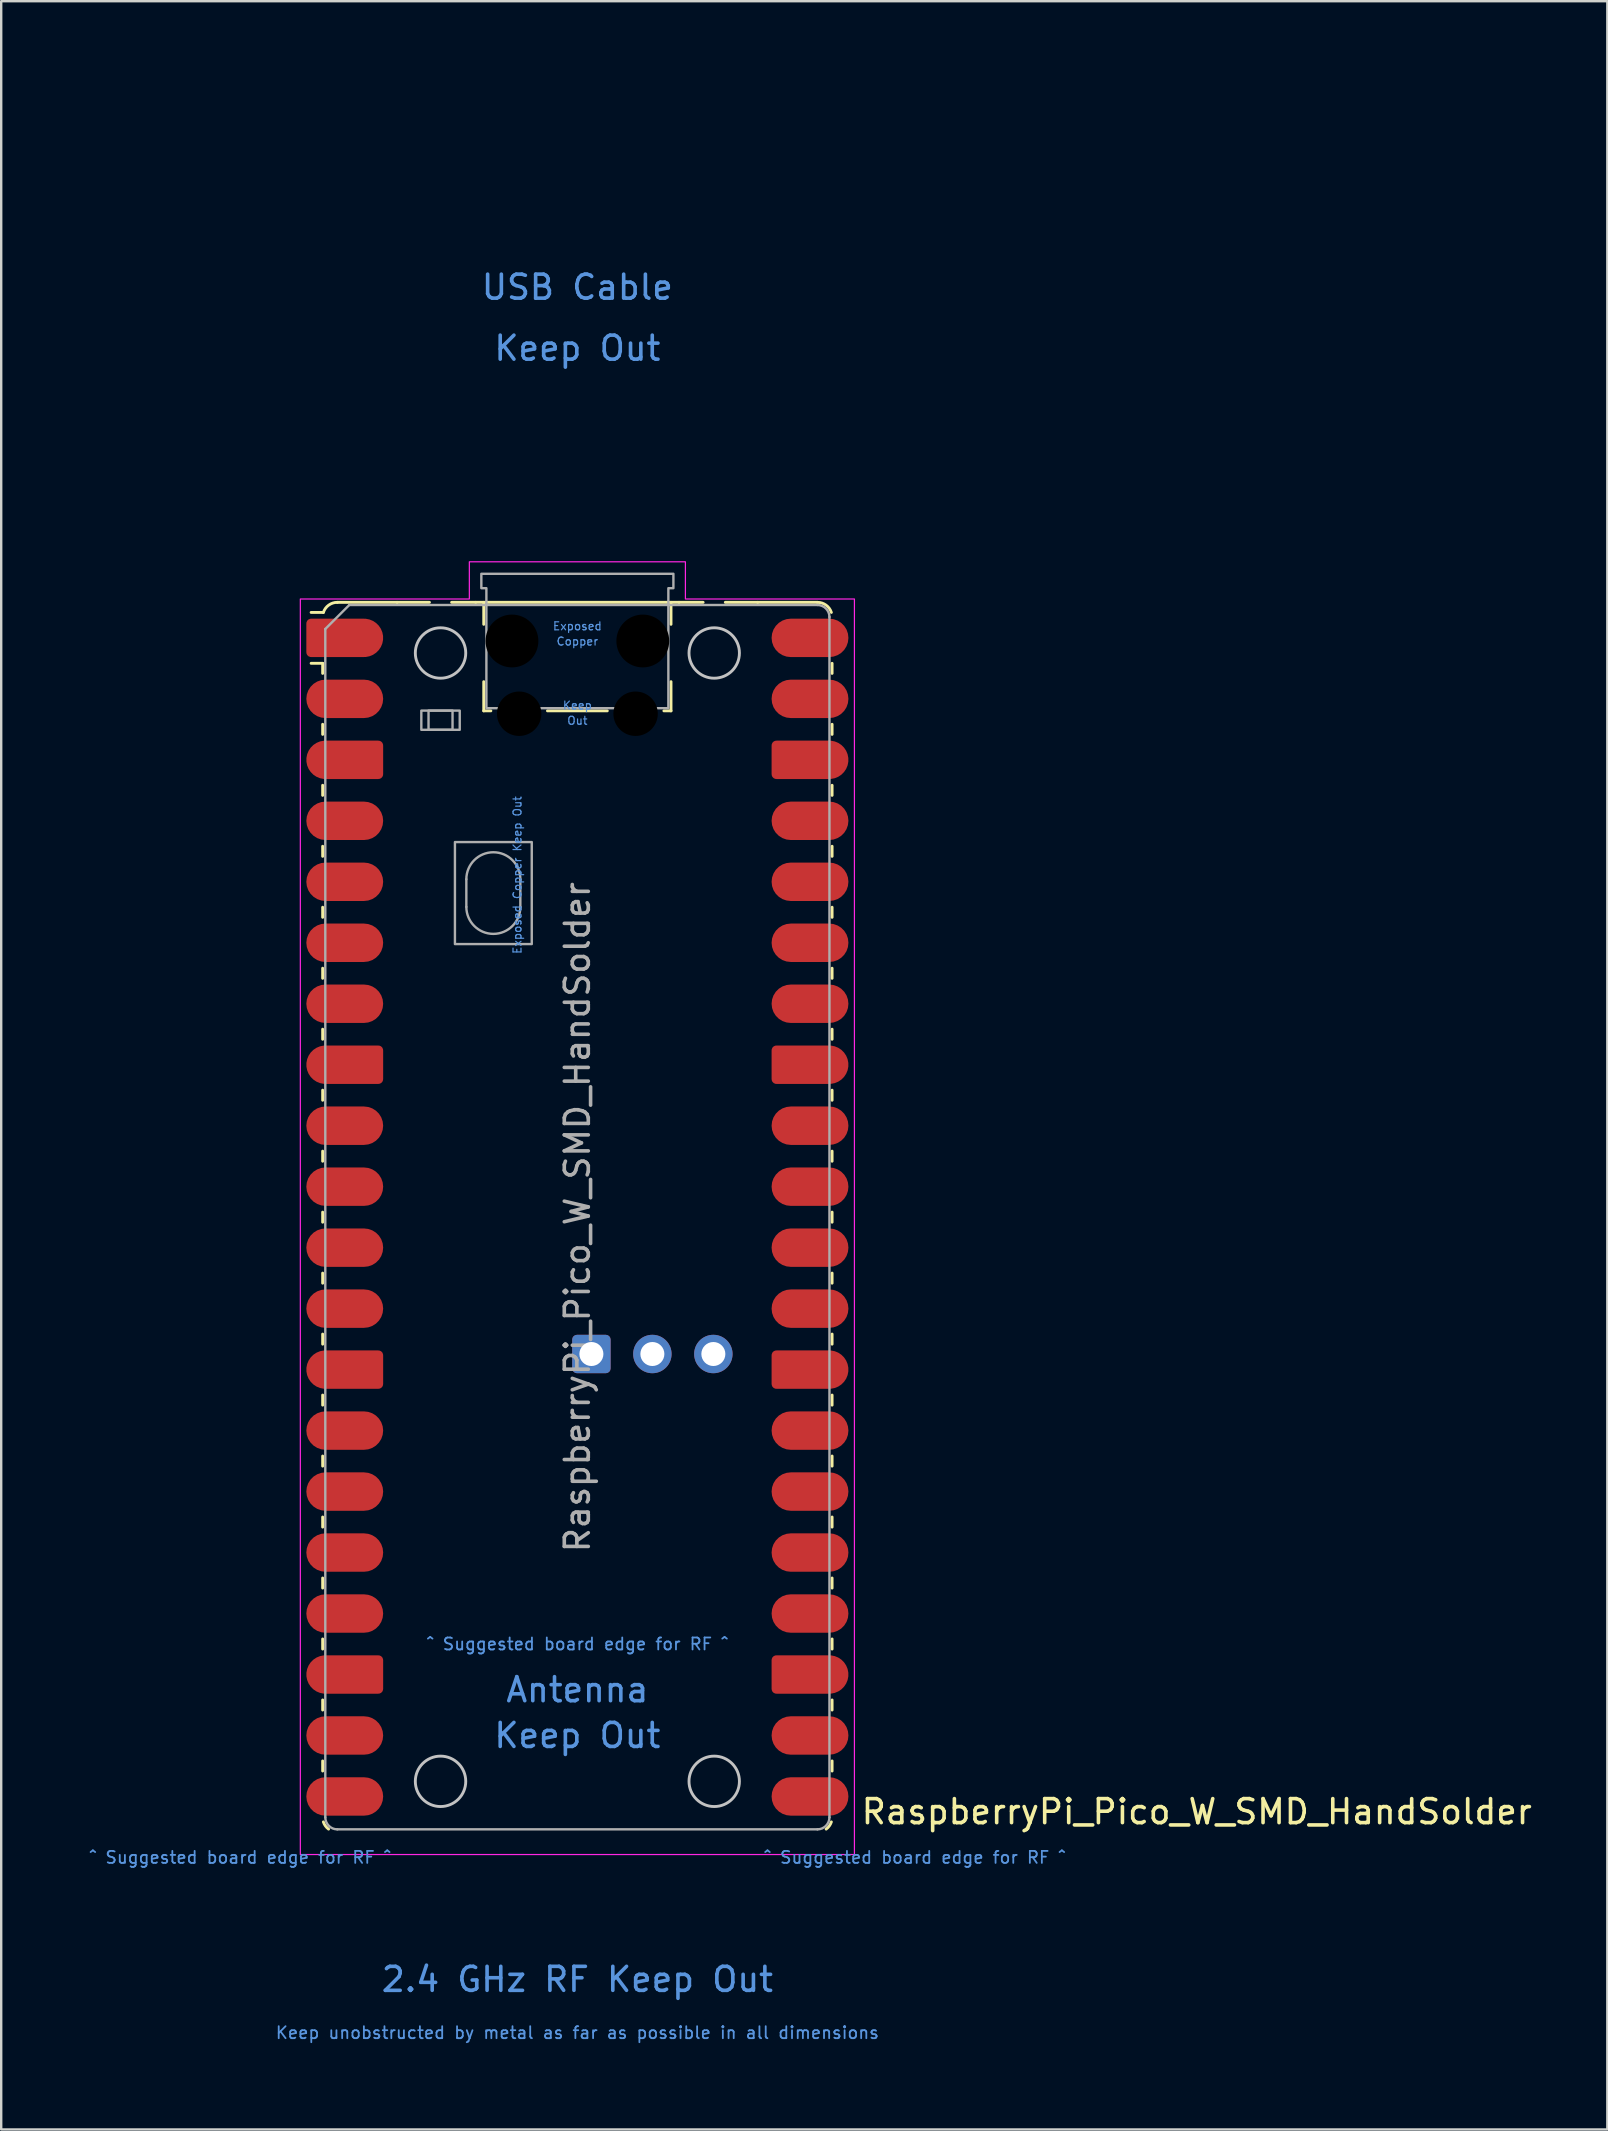
<source format=kicad_pcb>
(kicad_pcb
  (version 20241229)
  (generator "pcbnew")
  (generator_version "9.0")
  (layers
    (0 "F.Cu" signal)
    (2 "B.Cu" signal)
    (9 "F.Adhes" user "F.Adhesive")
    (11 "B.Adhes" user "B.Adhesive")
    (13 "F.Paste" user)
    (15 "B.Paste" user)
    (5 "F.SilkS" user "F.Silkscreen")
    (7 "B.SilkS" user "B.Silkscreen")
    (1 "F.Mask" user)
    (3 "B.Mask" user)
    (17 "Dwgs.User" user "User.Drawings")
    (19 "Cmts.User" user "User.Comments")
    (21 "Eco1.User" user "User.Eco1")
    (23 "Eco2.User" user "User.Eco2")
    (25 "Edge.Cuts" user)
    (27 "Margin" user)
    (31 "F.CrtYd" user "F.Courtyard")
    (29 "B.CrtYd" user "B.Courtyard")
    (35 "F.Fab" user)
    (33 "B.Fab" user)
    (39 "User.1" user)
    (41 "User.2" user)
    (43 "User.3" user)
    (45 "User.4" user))
  (footprint "RaspberryPi_Pico_W_SMD_HandSolder"
    (layer "F.Cu")
    (at 21 47.65)
    (property "Reference" "RaspberryPi_Pico_W_SMD_HandSolder" (at 11.748 24.765 0) (unlocked yes) (layer "F.SilkS") (effects (font (size 1 1) (thickness 0.15)) (justify left)))
    (attr smd)
    (fp_line (start -10.61 -23.07) (end -11.09 -23.07) (stroke (width 0.12) (type solid)) (layer "F.SilkS"))
    (fp_line (start -10.61 -23.07) (end -10.61 -22.65) (stroke (width 0.12) (type solid)) (layer "F.SilkS"))
    (fp_line (start -10.61 -20.53) (end -10.61 -20.11) (stroke (width 0.12) (type solid)) (layer "F.SilkS"))
    (fp_line (start -10.61 -17.99) (end -10.61 -17.57) (stroke (width 0.12) (type solid)) (layer "F.SilkS"))
    (fp_line (start -10.61 -15.45) (end -10.61 -15.03) (stroke (width 0.12) (type solid)) (layer "F.SilkS"))
    (fp_line (start -10.61 -12.91) (end -10.61 -12.49) (stroke (width 0.12) (type solid)) (layer "F.SilkS"))
    (fp_line (start -10.61 -10.37) (end -10.61 -9.95) (stroke (width 0.12) (type solid)) (layer "F.SilkS"))
    (fp_line (start -10.61 -7.83) (end -10.61 -7.41) (stroke (width 0.12) (type solid)) (layer "F.SilkS"))
    (fp_line (start -10.61 -5.29) (end -10.61 -4.87) (stroke (width 0.12) (type solid)) (layer "F.SilkS"))
    (fp_line (start -10.61 -2.75) (end -10.61 -2.33) (stroke (width 0.12) (type solid)) (layer "F.SilkS"))
    (fp_line (start -10.61 -0.21) (end -10.61 0.21) (stroke (width 0.12) (type solid)) (layer "F.SilkS"))
    (fp_line (start -10.61 2.33) (end -10.61 2.75) (stroke (width 0.12) (type solid)) (layer "F.SilkS"))
    (fp_line (start -10.61 4.87) (end -10.61 5.29) (stroke (width 0.12) (type solid)) (layer "F.SilkS"))
    (fp_line (start -10.61 7.41) (end -10.61 7.83) (stroke (width 0.12) (type solid)) (layer "F.SilkS"))
    (fp_line (start -10.61 9.95) (end -10.61 10.37) (stroke (width 0.12) (type solid)) (layer "F.SilkS"))
    (fp_line (start -10.61 12.49) (end -10.61 12.91) (stroke (width 0.12) (type solid)) (layer "F.SilkS"))
    (fp_line (start -10.61 15.03) (end -10.61 15.45) (stroke (width 0.12) (type solid)) (layer "F.SilkS"))
    (fp_line (start -10.61 17.57) (end -10.61 17.99) (stroke (width 0.12) (type solid)) (layer "F.SilkS"))
    (fp_line (start -10.61 20.11) (end -10.61 20.53) (stroke (width 0.12) (type solid)) (layer "F.SilkS"))
    (fp_line (start -10.61 22.65) (end -10.61 23.07) (stroke (width 0.12) (type solid)) (layer "F.SilkS"))
    (fp_line (start -10.58 -25.19) (end -11.09 -25.19) (stroke (width 0.12) (type solid)) (layer "F.SilkS"))
    (fp_line (start -10 -25.61) (end -7.51 -25.61) (stroke (width 0.12) (type solid)) (layer "F.SilkS"))
    (fp_line (start -7.51 -25.61) (end -6.162 -25.61) (stroke (width 0.12) (type solid)) (layer "F.SilkS"))
    (fp_line (start -5.238 -25.61) (end -4.235 -25.61) (stroke (width 0.12) (type solid)) (layer "F.SilkS"))
    (fp_line (start -4.235 -25.61) (end 4.235 -25.61) (stroke (width 0.12) (type solid)) (layer "F.SilkS"))
    (fp_line (start -3.9 -25.61) (end -3.9 -24.694) (stroke (width 0.12) (type solid)) (layer "F.SilkS"))
    (fp_line (start -3.9 -22.306) (end -3.9 -21.09) (stroke (width 0.12) (type solid)) (layer "F.SilkS"))
    (fp_line (start -3.9 -21.09) (end -3.604 -21.09) (stroke (width 0.12) (type solid)) (layer "F.SilkS"))
    (fp_line (start -1.246 -21.09) (end 1.246 -21.09) (stroke (width 0.12) (type solid)) (layer "F.SilkS"))
    (fp_line (start 3.604 -21.09) (end 3.9 -21.09) (stroke (width 0.12) (type solid)) (layer "F.SilkS"))
    (fp_line (start 3.9 -25.61) (end 3.9 -24.694) (stroke (width 0.12) (type solid)) (layer "F.SilkS"))
    (fp_line (start 3.9 -22.306) (end 3.9 -21.09) (stroke (width 0.12) (type solid)) (layer "F.SilkS"))
    (fp_line (start 4.235 -25.61) (end 5.238 -25.61) (stroke (width 0.12) (type solid)) (layer "F.SilkS"))
    (fp_line (start 6.162 -25.61) (end 7.51 -25.61) (stroke (width 0.12) (type solid)) (layer "F.SilkS"))
    (fp_line (start 10 -25.61) (end 7.51 -25.61) (stroke (width 0.12) (type solid)) (layer "F.SilkS"))
    (fp_line (start 10.61 -23.07) (end 10.61 -22.65) (stroke (width 0.12) (type solid)) (layer "F.SilkS"))
    (fp_line (start 10.61 -20.53) (end 10.61 -20.11) (stroke (width 0.12) (type solid)) (layer "F.SilkS"))
    (fp_line (start 10.61 -17.99) (end 10.61 -17.57) (stroke (width 0.12) (type solid)) (layer "F.SilkS"))
    (fp_line (start 10.61 -15.45) (end 10.61 -15.03) (stroke (width 0.12) (type solid)) (layer "F.SilkS"))
    (fp_line (start 10.61 -12.91) (end 10.61 -12.49) (stroke (width 0.12) (type solid)) (layer "F.SilkS"))
    (fp_line (start 10.61 -10.37) (end 10.61 -9.95) (stroke (width 0.12) (type solid)) (layer "F.SilkS"))
    (fp_line (start 10.61 -7.83) (end 10.61 -7.41) (stroke (width 0.12) (type solid)) (layer "F.SilkS"))
    (fp_line (start 10.61 -5.29) (end 10.61 -4.87) (stroke (width 0.12) (type solid)) (layer "F.SilkS"))
    (fp_line (start 10.61 -2.75) (end 10.61 -2.33) (stroke (width 0.12) (type solid)) (layer "F.SilkS"))
    (fp_line (start 10.61 -0.21) (end 10.61 0.21) (stroke (width 0.12) (type solid)) (layer "F.SilkS"))
    (fp_line (start 10.61 2.33) (end 10.61 2.75) (stroke (width 0.12) (type solid)) (layer "F.SilkS"))
    (fp_line (start 10.61 4.87) (end 10.61 5.29) (stroke (width 0.12) (type solid)) (layer "F.SilkS"))
    (fp_line (start 10.61 7.41) (end 10.61 7.83) (stroke (width 0.12) (type solid)) (layer "F.SilkS"))
    (fp_line (start 10.61 9.95) (end 10.61 10.37) (stroke (width 0.12) (type solid)) (layer "F.SilkS"))
    (fp_line (start 10.61 12.49) (end 10.61 12.91) (stroke (width 0.12) (type solid)) (layer "F.SilkS"))
    (fp_line (start 10.61 15.03) (end 10.61 15.45) (stroke (width 0.12) (type solid)) (layer "F.SilkS"))
    (fp_line (start 10.61 17.57) (end 10.61 17.99) (stroke (width 0.12) (type solid)) (layer "F.SilkS"))
    (fp_line (start 10.61 20.11) (end 10.61 20.53) (stroke (width 0.12) (type solid)) (layer "F.SilkS"))
    (fp_line (start 10.61 22.65) (end 10.61 23.07) (stroke (width 0.12) (type solid)) (layer "F.SilkS"))
    (fp_arc (start -10.579676 -25.19) (mid -10.357938 -25.493944) (end -10 -25.61) (stroke (width 0.12) (type solid)) (layer "F.SilkS"))
    (fp_arc (start -10.363318 25.49) (mid -10.494791 25.356765) (end -10.579676 25.189937) (stroke (width 0.12) (type solid)) (layer "F.SilkS"))
    (fp_arc (start 10 -25.61) (mid 10.357937 -25.493944) (end 10.579676 -25.189937) (stroke (width 0.12) (type solid)) (layer "F.SilkS"))
    (fp_arc (start 10.579676 25.189937) (mid 10.494803 25.356773) (end 10.363318 25.49) (stroke (width 0.12) (type solid)) (layer "F.SilkS"))
    (fp_circle (center -5.7 -23.5) (end -4.65 -23.5) (stroke (width 0.12) (type solid)) (fill no) (layer "Dwgs.User"))
    (fp_circle (center -5.7 23.5) (end -4.65 23.5) (stroke (width 0.12) (type solid)) (fill no) (layer "Dwgs.User"))
    (fp_circle (center 5.7 -23.5) (end 6.75 -23.5) (stroke (width 0.12) (type solid)) (fill no) (layer "Dwgs.User"))
    (fp_circle (center 5.7 23.5) (end 6.75 23.5) (stroke (width 0.12) (type solid)) (fill no) (layer "Dwgs.User"))
    (fp_poly (pts (xy -4.5 -27.3) (xy 4.5 -27.3) (xy 4.5 -25.75) (xy 11.54 -25.75) (xy 11.54 26.55) (xy -11.54 26.55) (xy -11.54 -25.75) (xy -4.5 -25.75)) (stroke (width 0.05) (type solid)) (fill no) (layer "F.CrtYd"))
    (fp_line (start -10.5 -24.5) (end -9.5 -25.5) (stroke (width 0.1) (type solid)) (layer "F.Fab"))
    (fp_line (start -10.5 25) (end -10.5 -24.5) (stroke (width 0.1) (type solid)) (layer "F.Fab"))
    (fp_line (start -9.5 -25.5) (end 10 -25.5) (stroke (width 0.1) (type solid)) (layer "F.Fab"))
    (fp_line (start -4.625 -14.075) (end -4.625 -12.925) (stroke (width 0.1) (type solid)) (layer "F.Fab"))
    (fp_line (start -2.375 -14.075) (end -2.375 -12.925) (stroke (width 0.1) (type solid)) (layer "F.Fab"))
    (fp_line (start 10 25.5) (end -10 25.5) (stroke (width 0.1) (type solid)) (layer "F.Fab"))
    (fp_line (start 10.5 -25) (end 10.5 25) (stroke (width 0.1) (type solid)) (layer "F.Fab"))
    (fp_rect (start -6.5 -21.1) (end -4.9 -20.3) (stroke (width 0.1) (type solid)) (fill no) (layer "F.Fab"))
    (fp_rect (start -6.2 -21.1) (end -5.2 -20.3) (stroke (width 0.1) (type solid)) (fill no) (layer "F.Fab"))
    (fp_rect (start -5.1 -15.625) (end -1.9 -11.375) (stroke (width 0.1) (type solid)) (fill no) (layer "F.Fab"))
    (fp_arc (start -10 25.5) (mid -10.353553 25.353553) (end -10.5 25) (stroke (width 0.1) (type solid)) (layer "F.Fab"))
    (fp_arc (start -4.625 -14.075) (mid -3.5 -15.2) (end -2.375 -14.075) (stroke (width 0.1) (type solid)) (layer "F.Fab"))
    (fp_arc (start -2.375 -12.925) (mid -3.5 -11.8) (end -4.625 -12.925) (stroke (width 0.1) (type solid)) (layer "F.Fab"))
    (fp_arc (start 10 -25.5) (mid 10.353553 -25.353553) (end 10.5 -25) (stroke (width 0.1) (type solid)) (layer "F.Fab"))
    (fp_arc (start 10.5 25) (mid 10.353553 25.353553) (end 10 25.5) (stroke (width 0.1) (type solid)) (layer "F.Fab"))
    (fp_poly (pts (xy 3.79 -21.2) (xy 3.79 -26.2) (xy 4 -26.2) (xy 4 -26.8) (xy -4 -26.8) (xy -4 -26.2) (xy -3.79 -26.2) (xy -3.79 -21.2)) (stroke (width 0.1) (type solid)) (fill no) (layer "F.Fab"))
    (fp_text user "^ Suggested board edge for RF ^" (at 0 17.78 0) (unlocked yes) (layer "Cmts.User") (effects (font (size 0.5 0.5) (thickness 0.075))))
    (fp_text user "USB Cable" (at 0 -38.735 0) (unlocked yes) (layer "Cmts.User") (effects (font (size 1 1) (thickness 0.15))))
    (fp_text user "2.4 GHz RF Keep Out" (at 0 31.75 0) (unlocked yes) (layer "Cmts.User") (effects (font (size 1 1) (thickness 0.15))))
    (fp_text user "Keep unobstructed by metal as far as possible in all dimensions" (at 0 33.972 0) (unlocked yes) (layer "Cmts.User") (effects (font (size 0.5 0.5) (thickness 0.075))))
    (fp_text user "Exposed" (at 0 -24.617 0) (unlocked yes) (layer "Cmts.User") (effects (font (size 0.333 0.333) (thickness 0.05))))
    (fp_text user "Exposed Copper Keep Out" (at -2.5 -14.25 90) (unlocked yes) (layer "Cmts.User") (effects (font (size 0.333 0.333) (thickness 0.05))))
    (fp_text user "^ Suggested board edge for RF ^" (at -14.05 26.67 0) (unlocked yes) (layer "Cmts.User") (effects (font (size 0.5 0.5) (thickness 0.075))))
    (fp_text user "Out" (at 0 -20.683 0) (unlocked yes) (layer "Cmts.User") (effects (font (size 0.333 0.333) (thickness 0.05))))
    (fp_text user "Copper" (at 0 -23.983 0) (unlocked yes) (layer "Cmts.User") (effects (font (size 0.333 0.333) (thickness 0.05))))
    (fp_text user "Antenna" (at 0 19.685 0) (unlocked yes) (layer "Cmts.User") (effects (font (size 1 1) (thickness 0.15))))
    (fp_text user "Keep Out" (at 0 21.59 0) (unlocked yes) (layer "Cmts.User") (effects (font (size 1 1) (thickness 0.15))))
    (fp_text user "Keep" (at 0 -21.317 0) (unlocked yes) (layer "Cmts.User") (effects (font (size 0.333 0.333) (thickness 0.05))))
    (fp_text user "Keep Out" (at 0 -36.195 0) (unlocked yes) (layer "Cmts.User") (effects (font (size 1 1) (thickness 0.15))))
    (fp_text user "^ Suggested board edge for RF ^" (at 14.05 26.67 0) (unlocked yes) (layer "Cmts.User") (effects (font (size 0.5 0.5) (thickness 0.075))))
    (fp_text user "${REFERENCE}" (at 0 0 90) (layer "F.Fab") (effects (font (size 1 1) (thickness 0.15))))
    (pad "" smd rect (at -8.89 -24.13) (size 3.8 2.2) (drill (offset -0.8 0)) (layers "F.Paste"))
    (pad "" smd rect (at -8.89 -21.59) (size 3.8 2.2) (drill (offset -0.8 0)) (layers "F.Paste"))
    (pad "" smd rect (at -8.89 -19.05) (size 3.8 2.2) (drill (offset -0.8 0)) (layers "F.Paste"))
    (pad "" smd rect (at -8.89 -16.51) (size 3.8 2.2) (drill (offset -0.8 0)) (layers "F.Paste"))
    (pad "" smd rect (at -8.89 -13.97) (size 3.8 2.2) (drill (offset -0.8 0)) (layers "F.Paste"))
    (pad "" smd rect (at -8.89 -11.43) (size 3.8 2.2) (drill (offset -0.8 0)) (layers "F.Paste"))
    (pad "" smd rect (at -8.89 -8.89) (size 3.8 2.2) (drill (offset -0.8 0)) (layers "F.Paste"))
    (pad "" smd rect (at -8.89 -6.35) (size 3.8 2.2) (drill (offset -0.8 0)) (layers "F.Paste"))
    (pad "" smd rect (at -8.89 -3.81) (size 3.8 2.2) (drill (offset -0.8 0)) (layers "F.Paste"))
    (pad "" smd rect (at -8.89 -1.27) (size 3.8 2.2) (drill (offset -0.8 0)) (layers "F.Paste"))
    (pad "" smd rect (at -8.89 1.27) (size 3.8 2.2) (drill (offset -0.8 0)) (layers "F.Paste"))
    (pad "" smd rect (at -8.89 3.81) (size 3.8 2.2) (drill (offset -0.8 0)) (layers "F.Paste"))
    (pad "" smd rect (at -8.89 6.35) (size 3.8 2.2) (drill (offset -0.8 0)) (layers "F.Paste"))
    (pad "" smd rect (at -8.89 8.89) (size 3.8 2.2) (drill (offset -0.8 0)) (layers "F.Paste"))
    (pad "" smd rect (at -8.89 11.43) (size 3.8 2.2) (drill (offset -0.8 0)) (layers "F.Paste"))
    (pad "" smd rect (at -8.89 13.97) (size 3.8 2.2) (drill (offset -0.8 0)) (layers "F.Paste"))
    (pad "" smd rect (at -8.89 16.51) (size 3.8 2.2) (drill (offset -0.8 0)) (layers "F.Paste"))
    (pad "" smd rect (at -8.89 19.05) (size 3.8 2.2) (drill (offset -0.8 0)) (layers "F.Paste"))
    (pad "" smd rect (at -8.89 21.59) (size 3.8 2.2) (drill (offset -0.8 0)) (layers "F.Paste"))
    (pad "" smd rect (at -8.89 24.13) (size 3.8 2.2) (drill (offset -0.8 0)) (layers "F.Paste"))
    (pad "" np_thru_hole circle (at -2.725 -24) (size 2.2 2.2) (drill 2.2) (layers "*.Mask"))
    (pad "" np_thru_hole circle (at -2.425 -20.97) (size 1.85 1.85) (drill 1.85) (layers "*.Mask"))
    (pad "" np_thru_hole circle (at 2.425 -20.97) (size 1.85 1.85) (drill 1.85) (layers "*.Mask"))
    (pad "" np_thru_hole circle (at 2.725 -24) (size 2.2 2.2) (drill 2.2) (layers "*.Mask"))
    (pad "" smd rect (at 8.89 -24.13) (size 3.8 2.2) (drill (offset 0.8 0)) (layers "F.Paste"))
    (pad "" smd rect (at 8.89 -21.59) (size 3.8 2.2) (drill (offset 0.8 0)) (layers "F.Paste"))
    (pad "" smd rect (at 8.89 -19.05) (size 3.8 2.2) (drill (offset 0.8 0)) (layers "F.Paste"))
    (pad "" smd rect (at 8.89 -16.51) (size 3.8 2.2) (drill (offset 0.8 0)) (layers "F.Paste"))
    (pad "" smd rect (at 8.89 -13.97) (size 3.8 2.2) (drill (offset 0.8 0)) (layers "F.Paste"))
    (pad "" smd rect (at 8.89 -11.43) (size 3.8 2.2) (drill (offset 0.8 0)) (layers "F.Paste"))
    (pad "" smd rect (at 8.89 -8.89) (size 3.8 2.2) (drill (offset 0.8 0)) (layers "F.Paste"))
    (pad "" smd rect (at 8.89 -6.35) (size 3.8 2.2) (drill (offset 0.8 0)) (layers "F.Paste"))
    (pad "" smd rect (at 8.89 -3.81) (size 3.8 2.2) (drill (offset 0.8 0)) (layers "F.Paste"))
    (pad "" smd rect (at 8.89 -1.27) (size 3.8 2.2) (drill (offset 0.8 0)) (layers "F.Paste"))
    (pad "" smd rect (at 8.89 1.27) (size 3.8 2.2) (drill (offset 0.8 0)) (layers "F.Paste"))
    (pad "" smd rect (at 8.89 3.81) (size 3.8 2.2) (drill (offset 0.8 0)) (layers "F.Paste"))
    (pad "" smd rect (at 8.89 6.35) (size 3.8 2.2) (drill (offset 0.8 0)) (layers "F.Paste"))
    (pad "" smd rect (at 8.89 8.89) (size 3.8 2.2) (drill (offset 0.8 0)) (layers "F.Paste"))
    (pad "" smd rect (at 8.89 11.43) (size 3.8 2.2) (drill (offset 0.8 0)) (layers "F.Paste"))
    (pad "" smd rect (at 8.89 13.97) (size 3.8 2.2) (drill (offset 0.8 0)) (layers "F.Paste"))
    (pad "" smd rect (at 8.89 16.51) (size 3.8 2.2) (drill (offset 0.8 0)) (layers "F.Paste"))
    (pad "" smd rect (at 8.89 19.05) (size 3.8 2.2) (drill (offset 0.8 0)) (layers "F.Paste"))
    (pad "" smd rect (at 8.89 21.59) (size 3.8 2.2) (drill (offset 0.8 0)) (layers "F.Paste"))
    (pad "" smd rect (at 8.89 24.13) (size 3.8 2.2) (drill (offset 0.8 0)) (layers "F.Paste"))
    (pad "1" smd custom (at -9.69 -24.13) (size 1.6 0.8) (layers "F.Cu" "F.Mask") (options (anchor rect)) (primitives (gr_circle (center 0.8 0) (end 1.6 0) (width 0) (fill yes)) (gr_poly (pts (xy -1.6 -0.6) (xy -1.6 0.6) (xy -1.4 0.8) (xy 0.8 0.8) (xy 0.8 -0.8) (xy -1.4 -0.8)) (width 0) (fill yes)) (gr_circle (center -1.4 -0.6) (end -1.2 -0.6) (width 0) (fill yes)) (gr_circle (center -1.4 0.6) (end -1.2 0.6) (width 0) (fill yes))))
    (pad "2" smd roundrect (at -9.69 -21.59) (size 3.2 1.6) (layers "F.Cu" "F.Mask") (roundrect_rratio 0.5))
    (pad "3" smd custom (at -9.69 -19.05) (size 1.6 0.8) (layers "F.Cu" "F.Mask") (options (anchor rect)) (primitives (gr_circle (center -0.8 0) (end 0 0) (width 0) (fill yes)) (gr_poly (pts (xy 1.6 -0.6) (xy 1.6 0.6) (xy 1.4 0.8) (xy -0.8 0.8) (xy -0.8 -0.8) (xy 1.4 -0.8)) (width 0) (fill yes)) (gr_circle (center 1.4 -0.6) (end 1.6 -0.6) (width 0) (fill yes)) (gr_circle (center 1.4 0.6) (end 1.6 0.6) (width 0) (fill yes))))
    (pad "4" smd roundrect (at -9.69 -16.51) (size 3.2 1.6) (layers "F.Cu" "F.Mask") (roundrect_rratio 0.5))
    (pad "5" smd roundrect (at -9.69 -13.97) (size 3.2 1.6) (layers "F.Cu" "F.Mask") (roundrect_rratio 0.5))
    (pad "6" smd roundrect (at -9.69 -11.43) (size 3.2 1.6) (layers "F.Cu" "F.Mask") (roundrect_rratio 0.5))
    (pad "7" smd roundrect (at -9.69 -8.89) (size 3.2 1.6) (layers "F.Cu" "F.Mask") (roundrect_rratio 0.5))
    (pad "8" smd custom (at -9.69 -6.35) (size 1.6 0.8) (layers "F.Cu" "F.Mask") (options (anchor rect)) (primitives (gr_circle (center -0.8 0) (end 0 0) (width 0) (fill yes)) (gr_poly (pts (xy 1.6 -0.6) (xy 1.6 0.6) (xy 1.4 0.8) (xy -0.8 0.8) (xy -0.8 -0.8) (xy 1.4 -0.8)) (width 0) (fill yes)) (gr_circle (center 1.4 -0.6) (end 1.6 -0.6) (width 0) (fill yes)) (gr_circle (center 1.4 0.6) (end 1.6 0.6) (width 0) (fill yes))))
    (pad "9" smd roundrect (at -9.69 -3.81) (size 3.2 1.6) (layers "F.Cu" "F.Mask") (roundrect_rratio 0.5))
    (pad "10" smd roundrect (at -9.69 -1.27) (size 3.2 1.6) (layers "F.Cu" "F.Mask") (roundrect_rratio 0.5))
    (pad "11" smd roundrect (at -9.69 1.27) (size 3.2 1.6) (layers "F.Cu" "F.Mask") (roundrect_rratio 0.5))
    (pad "12" smd roundrect (at -9.69 3.81) (size 3.2 1.6) (layers "F.Cu" "F.Mask") (roundrect_rratio 0.5))
    (pad "13" smd custom (at -9.69 6.35) (size 1.6 0.8) (layers "F.Cu" "F.Mask") (options (anchor rect)) (primitives (gr_circle (center -0.8 0) (end 0 0) (width 0) (fill yes)) (gr_poly (pts (xy 1.6 -0.6) (xy 1.6 0.6) (xy 1.4 0.8) (xy -0.8 0.8) (xy -0.8 -0.8) (xy 1.4 -0.8)) (width 0) (fill yes)) (gr_circle (center 1.4 -0.6) (end 1.6 -0.6) (width 0) (fill yes)) (gr_circle (center 1.4 0.6) (end 1.6 0.6) (width 0) (fill yes))))
    (pad "14" smd roundrect (at -9.69 8.89) (size 3.2 1.6) (layers "F.Cu" "F.Mask") (roundrect_rratio 0.5))
    (pad "15" smd roundrect (at -9.69 11.43) (size 3.2 1.6) (layers "F.Cu" "F.Mask") (roundrect_rratio 0.5))
    (pad "16" smd roundrect (at -9.69 13.97) (size 3.2 1.6) (layers "F.Cu" "F.Mask") (roundrect_rratio 0.5))
    (pad "17" smd roundrect (at -9.69 16.51) (size 3.2 1.6) (layers "F.Cu" "F.Mask") (roundrect_rratio 0.5))
    (pad "18" smd custom (at -9.69 19.05) (size 1.6 0.8) (layers "F.Cu" "F.Mask") (options (anchor rect)) (primitives (gr_circle (center -0.8 0) (end 0 0) (width 0) (fill yes)) (gr_poly (pts (xy 1.6 -0.6) (xy 1.6 0.6) (xy 1.4 0.8) (xy -0.8 0.8) (xy -0.8 -0.8) (xy 1.4 -0.8)) (width 0) (fill yes)) (gr_circle (center 1.4 -0.6) (end 1.6 -0.6) (width 0) (fill yes)) (gr_circle (center 1.4 0.6) (end 1.6 0.6) (width 0) (fill yes))))
    (pad "19" smd roundrect (at -9.69 21.59) (size 3.2 1.6) (layers "F.Cu" "F.Mask") (roundrect_rratio 0.5))
    (pad "20" smd roundrect (at -9.69 24.13) (size 3.2 1.6) (layers "F.Cu" "F.Mask") (roundrect_rratio 0.5))
    (pad "21" smd roundrect (at 9.69 24.13) (size 3.2 1.6) (layers "F.Cu" "F.Mask") (roundrect_rratio 0.5))
    (pad "22" smd roundrect (at 9.69 21.59) (size 3.2 1.6) (layers "F.Cu" "F.Mask") (roundrect_rratio 0.5))
    (pad "23" smd custom (at 9.69 19.05) (size 1.6 0.8) (layers "F.Cu" "F.Mask") (options (anchor rect)) (primitives (gr_circle (center 0.8 0) (end 1.6 0) (width 0) (fill yes)) (gr_poly (pts (xy -1.6 -0.6) (xy -1.6 0.6) (xy -1.4 0.8) (xy 0.8 0.8) (xy 0.8 -0.8) (xy -1.4 -0.8)) (width 0) (fill yes)) (gr_circle (center -1.4 -0.6) (end -1.2 -0.6) (width 0) (fill yes)) (gr_circle (center -1.4 0.6) (end -1.2 0.6) (width 0) (fill yes))))
    (pad "24" smd roundrect (at 9.69 16.51) (size 3.2 1.6) (layers "F.Cu" "F.Mask") (roundrect_rratio 0.5))
    (pad "25" smd roundrect (at 9.69 13.97) (size 3.2 1.6) (layers "F.Cu" "F.Mask") (roundrect_rratio 0.5))
    (pad "26" smd roundrect (at 9.69 11.43) (size 3.2 1.6) (layers "F.Cu" "F.Mask") (roundrect_rratio 0.5))
    (pad "27" smd roundrect (at 9.69 8.89) (size 3.2 1.6) (layers "F.Cu" "F.Mask") (roundrect_rratio 0.5))
    (pad "28" smd custom (at 9.69 6.35) (size 1.6 0.8) (layers "F.Cu" "F.Mask") (options (anchor rect)) (primitives (gr_circle (center 0.8 0) (end 1.6 0) (width 0) (fill yes)) (gr_poly (pts (xy -1.6 -0.6) (xy -1.6 0.6) (xy -1.4 0.8) (xy 0.8 0.8) (xy 0.8 -0.8) (xy -1.4 -0.8)) (width 0) (fill yes)) (gr_circle (center -1.4 -0.6) (end -1.2 -0.6) (width 0) (fill yes)) (gr_circle (center -1.4 0.6) (end -1.2 0.6) (width 0) (fill yes))))
    (pad "29" smd roundrect (at 9.69 3.81) (size 3.2 1.6) (layers "F.Cu" "F.Mask") (roundrect_rratio 0.5))
    (pad "30" smd roundrect (at 9.69 1.27) (size 3.2 1.6) (layers "F.Cu" "F.Mask") (roundrect_rratio 0.5))
    (pad "31" smd roundrect (at 9.69 -1.27) (size 3.2 1.6) (layers "F.Cu" "F.Mask") (roundrect_rratio 0.5))
    (pad "32" smd roundrect (at 9.69 -3.81) (size 3.2 1.6) (layers "F.Cu" "F.Mask") (roundrect_rratio 0.5))
    (pad "33" smd custom (at 9.69 -6.35) (size 1.6 0.8) (layers "F.Cu" "F.Mask") (options (anchor rect)) (primitives (gr_circle (center 0.8 0) (end 1.6 0) (width 0) (fill yes)) (gr_poly (pts (xy -1.6 -0.6) (xy -1.6 0.6) (xy -1.4 0.8) (xy 0.8 0.8) (xy 0.8 -0.8) (xy -1.4 -0.8)) (width 0) (fill yes)) (gr_circle (center -1.4 -0.6) (end -1.2 -0.6) (width 0) (fill yes)) (gr_circle (center -1.4 0.6) (end -1.2 0.6) (width 0) (fill yes))))
    (pad "34" smd roundrect (at 9.69 -8.89) (size 3.2 1.6) (layers "F.Cu" "F.Mask") (roundrect_rratio 0.5))
    (pad "35" smd roundrect (at 9.69 -11.43) (size 3.2 1.6) (layers "F.Cu" "F.Mask") (roundrect_rratio 0.5))
    (pad "36" smd roundrect (at 9.69 -13.97) (size 3.2 1.6) (layers "F.Cu" "F.Mask") (roundrect_rratio 0.5))
    (pad "37" smd roundrect (at 9.69 -16.51) (size 3.2 1.6) (layers "F.Cu" "F.Mask") (roundrect_rratio 0.5))
    (pad "38" smd custom (at 9.69 -19.05) (size 1.6 0.8) (layers "F.Cu" "F.Mask") (options (anchor rect)) (primitives (gr_circle (center 0.8 0) (end 1.6 0) (width 0) (fill yes)) (gr_poly (pts (xy -1.6 -0.6) (xy -1.6 0.6) (xy -1.4 0.8) (xy 0.8 0.8) (xy 0.8 -0.8) (xy -1.4 -0.8)) (width 0) (fill yes)) (gr_circle (center -1.4 -0.6) (end -1.2 -0.6) (width 0) (fill yes)) (gr_circle (center -1.4 0.6) (end -1.2 0.6) (width 0) (fill yes))))
    (pad "39" smd roundrect (at 9.69 -21.59) (size 3.2 1.6) (layers "F.Cu" "F.Mask") (roundrect_rratio 0.5))
    (pad "40" smd roundrect (at 9.69 -24.13) (size 3.2 1.6) (layers "F.Cu" "F.Mask") (roundrect_rratio 0.5))
    (pad "D1" thru_hole roundrect (at 0.584 5.7) (size 1.6 1.6) (drill 1) (layers "*.Cu" "*.Mask") (roundrect_rratio 0.125))
    (pad "D2" thru_hole circle (at 3.124 5.7) (size 1.6 1.6) (drill 1) (layers "*.Cu" "*.Mask"))
    (pad "D3" thru_hole circle (at 5.664 5.7) (size 1.6 1.6) (drill 1) (layers "*.Cu" "*.Mask"))
    (zone (net_name "") (layers "F.Cu" "B.Cu" "F.Paste" "B.Paste") (name "RF Copper Keep Out") (hatch full 0.5) (connect_pads) (min_thickness 0.254) (filled_areas_thickness no) (keepout (tracks not_allowed) (vias not_allowed) (pads not_allowed) (copperpour not_allowed) (footprints not_allowed)) (placement (enabled no)) (fill) (polygon (pts (xy 0 72.65) (xy 42 72.65) (xy 42 82.65) (xy 0 82.65))))
    (zone (net_name "") (layers "F.Cu" "B.Cu" "F.Paste" "B.Paste") (name "Antenna Copper Keep Out") (hatch full 0.5) (connect_pads) (min_thickness 0.254) (filled_areas_thickness no) (keepout (tracks not_allowed) (vias not_allowed) (pads not_allowed) (copperpour not_allowed) (footprints not_allowed)) (placement (enabled no)) (fill) (polygon (pts (xy 18.6 72.64) (xy 13.9 68.99) (xy 13.9 64.65) (xy 28.1 64.65) (xy 28.1 68.99) (xy 23.4 72.64) (xy 23.4 72.65) (xy 18.6 72.65))))
    (zone (net_name "") (layers "F.Cu" "F.Paste") (name "Pad Keep Out TP6") (hatch full 0.5) (connect_pads) (min_thickness 0.25) (filled_areas_thickness no) (keepout (tracks not_allowed) (vias not_allowed) (pads not_allowed) (copperpour not_allowed) (footprints allowed)) (placement (enabled no)) (fill) (polygon (pts (xy 17.984 37.598) (xy 17.858 37.564) (xy 17.744 37.498) (xy 17.652 37.406) (xy 17.586 37.292) (xy 17.552 37.166) (xy 17.55 37.1) (xy 17.55 33.4) (xy 19.45 33.4) (xy 19.45 37.1) (xy 19.448 37.166) (xy 19.414 37.292) (xy 19.348 37.406) (xy 19.256 37.498) (xy 19.142 37.564) (xy 19.016 37.598) (xy 18.95 37.6) (xy 18.05 37.6))))
    (zone (net_name "") (layers "F.Cu" "F.Paste") (name "Pad Keep Out TP3") (hatch full 0.5) (connect_pads) (min_thickness 0.25) (filled_areas_thickness no) (keepout (tracks not_allowed) (vias not_allowed) (pads not_allowed) (copperpour not_allowed) (footprints allowed)) (placement (enabled no)) (fill) (polygon (pts (xy 19.052 22.834) (xy 19.086 22.708) (xy 19.152 22.594) (xy 19.244 22.502) (xy 19.358 22.436) (xy 19.484 22.402) (xy 19.55 22.4) (xy 20 22.4) (xy 20 24.3) (xy 19.55 24.3) (xy 19.484 24.298) (xy 19.358 24.264) (xy 19.244 24.198) (xy 19.152 24.106) (xy 19.086 23.992) (xy 19.052 23.866) (xy 19.05 23.8) (xy 19.05 22.9))))
    (zone (net_name "") (layers "F.Cu" "F.Paste") (name "Pad Keep Out TP4") (hatch full 0.5) (connect_pads) (min_thickness 0.25) (filled_areas_thickness no) (keepout (tracks not_allowed) (vias not_allowed) (pads not_allowed) (copperpour not_allowed) (footprints allowed)) (placement (enabled no)) (fill) (polygon (pts (xy 19.45 33.4) (xy 19.45 29.7) (xy 19.448 29.634) (xy 19.414 29.508) (xy 19.348 29.394) (xy 19.256 29.302) (xy 19.142 29.236) (xy 19.016 29.202) (xy 18.95 29.2) (xy 18.05 29.2) (xy 17.984 29.202) (xy 17.858 29.236) (xy 17.744 29.302) (xy 17.652 29.394) (xy 17.586 29.508) (xy 17.552 29.634) (xy 17.55 29.7) (xy 17.55 33.4))))
    (zone (net_name "") (layers "F.Cu" "F.Paste") (name "Pad Keep Out TP3") (hatch full 0.5) (connect_pads) (min_thickness 0.25) (filled_areas_thickness no) (keepout (tracks not_allowed) (vias not_allowed) (pads not_allowed) (copperpour not_allowed) (footprints allowed)) (placement (enabled no)) (fill) (polygon (pts (xy 20 24.3) (xy 20.45 24.3) (xy 20.516 24.298) (xy 20.642 24.264) (xy 20.756 24.198) (xy 20.848 24.106) (xy 20.914 23.992) (xy 20.948 23.866) (xy 20.95 23.8) (xy 20.95 22.9) (xy 20.948 22.834) (xy 20.914 22.708) (xy 20.848 22.594) (xy 20.756 22.502) (xy 20.642 22.436) (xy 20.516 22.402) (xy 20.45 22.4) (xy 20 22.4))))
    (zone (net_name "") (layers "F.Cu" "F.Paste") (name "Pad Keep Out TP1") (hatch full 0.5) (connect_pads) (min_thickness 0.25) (filled_areas_thickness no) (keepout (tracks not_allowed) (vias not_allowed) (pads not_allowed) (copperpour not_allowed) (footprints allowed)) (placement (enabled no)) (fill) (polygon (pts (xy 20.052 26.134) (xy 20.086 26.008) (xy 20.152 25.894) (xy 20.244 25.802) (xy 20.358 25.736) (xy 20.484 25.702) (xy 20.55 25.7) (xy 21 25.7) (xy 21 27.6) (xy 20.55 27.6) (xy 20.484 27.598) (xy 20.358 27.564) (xy 20.244 27.498) (xy 20.152 27.406) (xy 20.086 27.292) (xy 20.052 27.166) (xy 20.05 27.1) (xy 20.05 26.2))))
    (zone (net_name "") (layers "F.Cu" "F.Paste") (name "Pad Keep Out TP1") (hatch full 0.5) (connect_pads) (min_thickness 0.25) (filled_areas_thickness no) (keepout (tracks not_allowed) (vias not_allowed) (pads not_allowed) (copperpour not_allowed) (footprints allowed)) (placement (enabled no)) (fill) (polygon (pts (xy 21 27.6) (xy 21.45 27.6) (xy 21.516 27.598) (xy 21.642 27.564) (xy 21.756 27.498) (xy 21.848 27.406) (xy 21.914 27.292) (xy 21.948 27.166) (xy 21.95 27.1) (xy 21.95 26.2) (xy 21.948 26.134) (xy 21.914 26.008) (xy 21.848 25.894) (xy 21.756 25.802) (xy 21.642 25.736) (xy 21.516 25.702) (xy 21.45 25.7) (xy 21 25.7))))
    (zone (net_name "") (layers "F.Cu" "F.Paste") (name "Pad Keep Out TP2") (hatch full 0.5) (connect_pads) (min_thickness 0.25) (filled_areas_thickness no) (keepout (tracks not_allowed) (vias not_allowed) (pads not_allowed) (copperpour not_allowed) (footprints allowed)) (placement (enabled no)) (fill) (polygon (pts (xy 21.052 22.849) (xy 21.086 22.723) (xy 21.152 22.609) (xy 21.244 22.517) (xy 21.358 22.451) (xy 21.484 22.417) (xy 21.55 22.415) (xy 22 22.415) (xy 22 24.315) (xy 21.55 24.315) (xy 21.484 24.313) (xy 21.358 24.279) (xy 21.244 24.213) (xy 21.152 24.121) (xy 21.086 24.007) (xy 21.052 23.881) (xy 21.05 23.815) (xy 21.05 22.915))))
    (zone (net_name "") (layers "F.Cu" "F.Paste") (name "Pad Keep Out TP2") (hatch full 0.5) (connect_pads) (min_thickness 0.25) (filled_areas_thickness no) (keepout (tracks not_allowed) (vias not_allowed) (pads not_allowed) (copperpour not_allowed) (footprints allowed)) (placement (enabled no)) (fill) (polygon (pts (xy 22 24.315) (xy 22.45 24.315) (xy 22.516 24.313) (xy 22.642 24.279) (xy 22.756 24.213) (xy 22.848 24.121) (xy 22.914 24.007) (xy 22.948 23.881) (xy 22.95 23.815) (xy 22.95 22.915) (xy 22.948 22.849) (xy 22.914 22.723) (xy 22.848 22.609) (xy 22.756 22.517) (xy 22.642 22.451) (xy 22.516 22.417) (xy 22.45 22.415) (xy 22 22.415))))
    (zone (net_name "") (layer "Edge.Cuts") (name "Board Keep Out USB Cable") (hatch edge 0.5) (connect_pads) (min_thickness 0.254) (filled_areas_thickness no) (keepout (tracks allowed) (vias allowed) (pads allowed) (copperpour allowed) (footprints allowed)) (placement (enabled no)) (fill) (polygon (pts (xy 14.8 0) (xy 27.2 0) (xy 27.2 20.4) (xy 14.8 20.4))))
    (zone (net_name "") (layer "Edge.Cuts") (name "Board Keep Out Suggestion RF") (hatch edge 0.5) (connect_pads) (min_thickness 0.254) (filled_areas_thickness no) (keepout (tracks allowed) (vias allowed) (pads allowed) (copperpour allowed) (footprints allowed)) (placement (enabled no)) (fill) (polygon (pts (xy 28.1 73.65) (xy 42 73.65) (xy 42 82.65) (xy 0 82.65) (xy 0 73.65) (xy 13.9 73.65) (xy 13.9 64.65) (xy 28.1 64.65))))
    (zone (net_name "") (layer "F.CrtYd") (name "USB Cable Keep Out") (hatch full 0.5) (connect_pads) (min_thickness 0.254) (filled_areas_thickness no) (keepout (tracks allowed) (vias allowed) (pads allowed) (copperpour allowed) (footprints not_allowed)) (placement (enabled no)) (fill) (polygon (pts (xy 15.25 19.95) (xy 17.06 19.95) (xy 17.06 20.35) (xy 24.94 20.35) (xy 24.94 19.95) (xy 26.75 19.95) (xy 26.75 0.45) (xy 15.25 0.45)))))
  (gr_rect
    (start -3 -3)
    (end 63.902 85.65)
    (stroke (width 0.1) (type default))
    (fill no)
    (layer "Edge.Cuts")))
</source>
